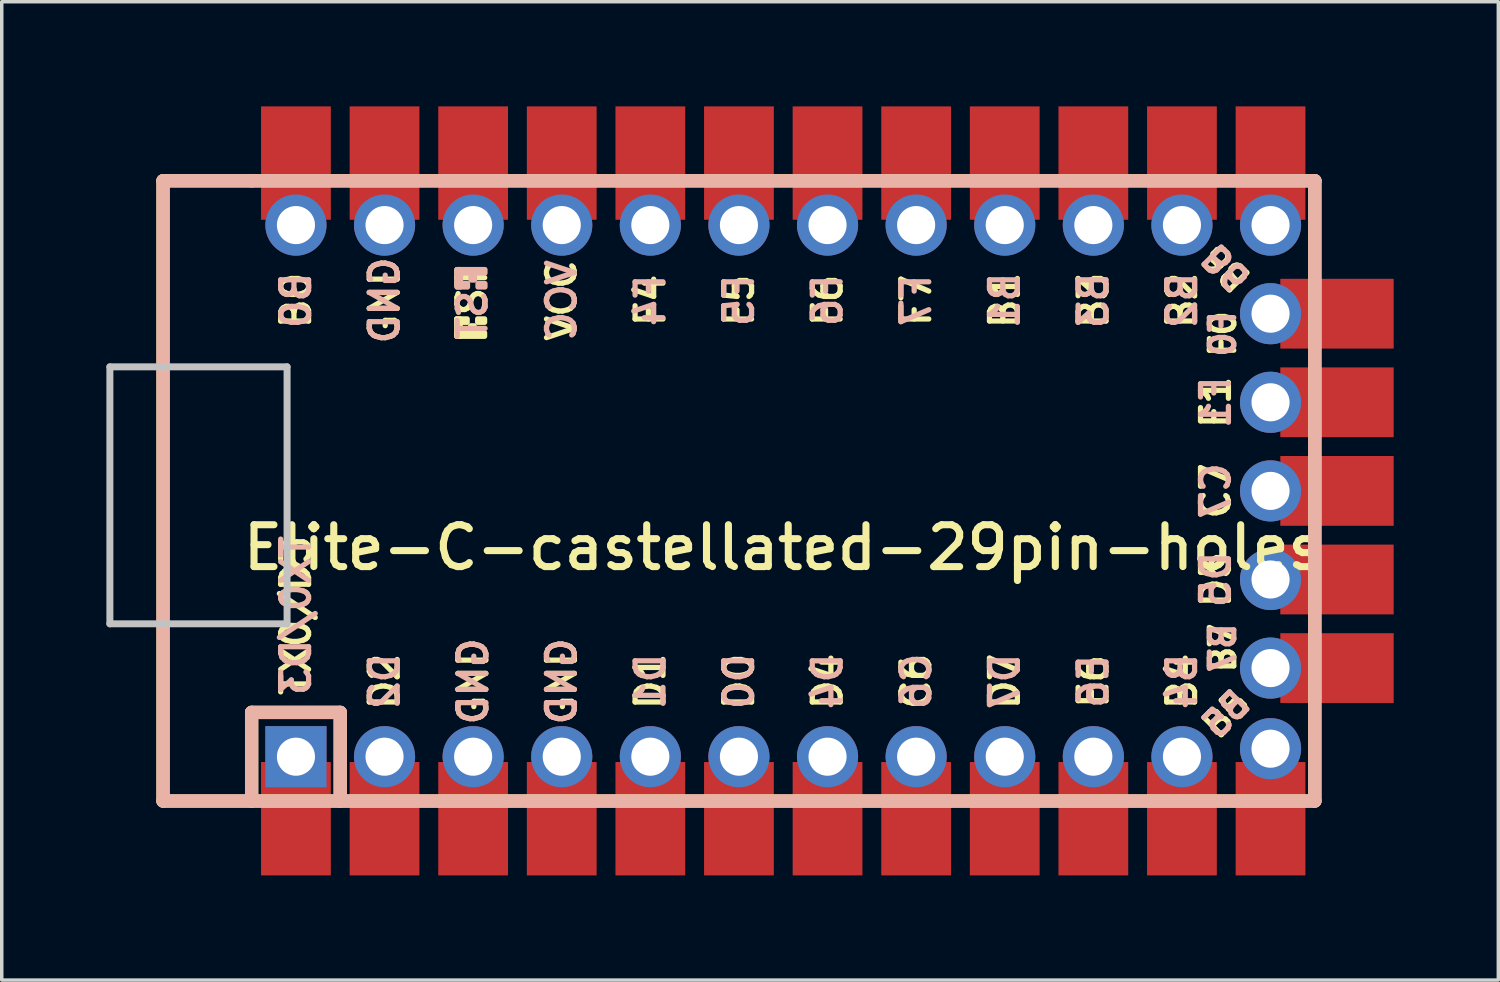
<source format=kicad_pcb>
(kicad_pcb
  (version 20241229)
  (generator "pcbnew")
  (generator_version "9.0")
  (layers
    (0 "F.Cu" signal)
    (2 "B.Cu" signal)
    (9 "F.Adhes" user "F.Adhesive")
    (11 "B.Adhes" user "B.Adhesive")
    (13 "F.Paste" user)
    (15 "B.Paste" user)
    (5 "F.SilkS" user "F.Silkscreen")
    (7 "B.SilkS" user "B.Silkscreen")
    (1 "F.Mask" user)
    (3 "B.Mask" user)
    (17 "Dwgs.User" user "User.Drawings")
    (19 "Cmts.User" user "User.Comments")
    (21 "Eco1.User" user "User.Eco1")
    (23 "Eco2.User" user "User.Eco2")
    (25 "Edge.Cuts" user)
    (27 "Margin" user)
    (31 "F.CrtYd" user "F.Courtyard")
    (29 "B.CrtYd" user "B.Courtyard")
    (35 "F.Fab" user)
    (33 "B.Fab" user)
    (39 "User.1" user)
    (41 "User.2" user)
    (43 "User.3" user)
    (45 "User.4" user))
  (footprint "Elite-C-castellated-29pin-holes"
    (layer "F.Cu")
    (at 19.404 11.023)
    (property "Reference" "Elite-C-castellated-29pin-holes" (at 0 1.625 0) (layer "F.SilkS") (effects (font (size 1.2 1.2) (thickness 0.203))))
    (attr through_hole)
    (fp_line (start -17.78 -8.89) (end -17.78 8.89) (stroke (width 0.381) (type solid)) (layer "F.SilkS"))
    (fp_line (start -17.78 8.89) (end -15.24 8.89) (stroke (width 0.381) (type solid)) (layer "F.SilkS"))
    (fp_line (start -15.24 -8.89) (end -17.78 -8.89) (stroke (width 0.381) (type solid)) (layer "F.SilkS"))
    (fp_line (start -15.24 6.35) (end -15.24 8.89) (stroke (width 0.381) (type solid)) (layer "F.SilkS"))
    (fp_line (start -15.24 6.35) (end -12.7 6.35) (stroke (width 0.381) (type solid)) (layer "F.SilkS"))
    (fp_line (start -15.24 8.89) (end 15.24 8.89) (stroke (width 0.381) (type solid)) (layer "F.SilkS"))
    (fp_line (start -12.7 6.35) (end -12.7 8.89) (stroke (width 0.381) (type solid)) (layer "F.SilkS"))
    (fp_line (start 15.24 -8.89) (end -15.24 -8.89) (stroke (width 0.381) (type solid)) (layer "F.SilkS"))
    (fp_line (start 15.24 8.89) (end 15.24 -8.89) (stroke (width 0.381) (type solid)) (layer "F.SilkS"))
    (fp_poly (pts (xy -9.361 -4.932) (xy -9.261 -4.932) (xy -9.261 -4.432) (xy -9.361 -4.432)) (stroke (width 0.15) (type solid)) (fill yes) (layer "F.SilkS"))
    (fp_poly (pts (xy -9.361 -4.932) (xy -9.061 -4.932) (xy -9.061 -4.832) (xy -9.361 -4.832)) (stroke (width 0.15) (type solid)) (fill yes) (layer "F.SilkS"))
    (fp_poly (pts (xy -9.361 -4.532) (xy -8.561 -4.532) (xy -8.561 -4.432) (xy -9.361 -4.432)) (stroke (width 0.15) (type solid)) (fill yes) (layer "F.SilkS"))
    (fp_poly (pts (xy -8.961 -4.732) (xy -8.861 -4.732) (xy -8.861 -4.632) (xy -8.961 -4.632)) (stroke (width 0.15) (type solid)) (fill yes) (layer "F.SilkS"))
    (fp_poly (pts (xy -8.761 -4.932) (xy -8.561 -4.932) (xy -8.561 -4.832) (xy -8.761 -4.832)) (stroke (width 0.15) (type solid)) (fill yes) (layer "F.SilkS"))
    (fp_line (start -17.78 -8.89) (end -17.78 8.89) (stroke (width 0.381) (type solid)) (layer "B.SilkS"))
    (fp_line (start -17.78 8.89) (end 15.24 8.89) (stroke (width 0.381) (type solid)) (layer "B.SilkS"))
    (fp_line (start -15.24 6.35) (end -15.24 8.89) (stroke (width 0.381) (type solid)) (layer "B.SilkS"))
    (fp_line (start -15.24 6.35) (end -12.7 6.35) (stroke (width 0.381) (type solid)) (layer "B.SilkS"))
    (fp_line (start -12.7 6.35) (end -12.7 8.89) (stroke (width 0.381) (type solid)) (layer "B.SilkS"))
    (fp_line (start 15.24 -8.89) (end -17.78 -8.89) (stroke (width 0.381) (type solid)) (layer "B.SilkS"))
    (fp_line (start 15.24 8.89) (end 15.24 -8.89) (stroke (width 0.381) (type solid)) (layer "B.SilkS"))
    (fp_poly (pts (xy -9.351 -6.245) (xy -8.551 -6.245) (xy -8.551 -6.345) (xy -9.351 -6.345)) (stroke (width 0.15) (type solid)) (fill yes) (layer "B.SilkS"))
    (fp_poly (pts (xy -9.351 -5.845) (xy -9.251 -5.845) (xy -9.251 -6.345) (xy -9.351 -6.345)) (stroke (width 0.15) (type solid)) (fill yes) (layer "B.SilkS"))
    (fp_poly (pts (xy -9.351 -5.845) (xy -9.051 -5.845) (xy -9.051 -5.945) (xy -9.351 -5.945)) (stroke (width 0.15) (type solid)) (fill yes) (layer "B.SilkS"))
    (fp_poly (pts (xy -8.951 -6.045) (xy -8.851 -6.045) (xy -8.851 -6.145) (xy -8.951 -6.145)) (stroke (width 0.15) (type solid)) (fill yes) (layer "B.SilkS"))
    (fp_poly (pts (xy -8.751 -5.845) (xy -8.551 -5.845) (xy -8.551 -5.945) (xy -8.751 -5.945)) (stroke (width 0.15) (type solid)) (fill yes) (layer "B.SilkS"))
    (fp_line (start -19.304 -3.556) (end -14.224 -3.556) (stroke (width 0.2) (type solid)) (layer "Dwgs.User"))
    (fp_line (start -19.304 3.81) (end -19.304 -3.556) (stroke (width 0.2) (type solid)) (layer "Dwgs.User"))
    (fp_line (start -14.224 -3.556) (end -14.224 3.81) (stroke (width 0.2) (type solid)) (layer "Dwgs.User"))
    (fp_line (start -14.224 3.81) (end -19.304 3.81) (stroke (width 0.2) (type solid)) (layer "Dwgs.User"))
    (fp_text user "C6" (at 3.81 5.461 90) (layer "F.SilkS") (effects (font (size 0.8 0.8) (thickness 0.15))))
    (fp_text user "B3" (at 8.89 -5.461 90) (layer "F.SilkS") (effects (font (size 0.8 0.8) (thickness 0.15))))
    (fp_text user "GND" (at -6.35 5.461 90) (layer "F.SilkS") (effects (font (size 0.8 0.8) (thickness 0.15))))
    (fp_text user "D7" (at 6.35 5.461 90) (layer "F.SilkS") (effects (font (size 0.8 0.8) (thickness 0.15))))
    (fp_text user "F6" (at 1.27 -5.461 90) (layer "F.SilkS") (effects (font (size 0.8 0.8) (thickness 0.15))))
    (fp_text user "ST" (at -8.92 -5.733 90) (layer "F.SilkS") (effects (font (size 0.8 0.8) (thickness 0.15))))
    (fp_text user "C7" (at 12.4 0 90) (layer "F.SilkS") (effects (font (size 0.8 0.8) (thickness 0.15))))
    (fp_text user "VCC" (at -6.35 -5.461 90) (layer "F.SilkS") (effects (font (size 0.8 0.8) (thickness 0.15))))
    (fp_text user "E6" (at 8.89 5.461 90) (layer "F.SilkS") (effects (font (size 0.8 0.8) (thickness 0.15))))
    (fp_text user "B4" (at 11.43 5.461 90) (layer "F.SilkS") (effects (font (size 0.8 0.8) (thickness 0.15))))
    (fp_text user "GND" (at -8.89 5.461 90) (layer "F.SilkS") (effects (font (size 0.8 0.8) (thickness 0.15))))
    (fp_text user "D5" (at 12.4 2.54 90) (layer "F.SilkS") (effects (font (size 0.8 0.8) (thickness 0.15))))
    (fp_text user "D0" (at -1.27 5.461 90) (layer "F.SilkS") (effects (font (size 0.8 0.8) (thickness 0.15))))
    (fp_text user "F7" (at 3.81 -5.461 90) (layer "F.SilkS") (effects (font (size 0.8 0.8) (thickness 0.15))))
    (fp_text user "B0" (at -13.97 -5.461 90) (layer "F.SilkS") (effects (font (size 0.8 0.8) (thickness 0.15))))
    (fp_text user "B1" (at 6.35 -5.461 90) (layer "F.SilkS") (effects (font (size 0.8 0.8) (thickness 0.15))))
    (fp_text user "B2" (at 11.43 -5.461 90) (layer "F.SilkS") (effects (font (size 0.8 0.8) (thickness 0.15))))
    (fp_text user "F1" (at 12.4 -2.54 90) (layer "F.SilkS") (effects (font (size 0.8 0.8) (thickness 0.15))))
    (fp_text user "B5" (at 12.7 6.4 45) (layer "F.SilkS") (effects (font (size 0.7 0.7) (thickness 0.15))))
    (fp_text user "D2" (at -11.43 5.461 90) (layer "F.SilkS") (effects (font (size 0.8 0.8) (thickness 0.15))))
    (fp_text user "F0" (at 12.6 -4.5 90) (layer "F.SilkS") (effects (font (size 0.7 0.7) (thickness 0.15))))
    (fp_text user "D4" (at 1.27 5.461 90) (layer "F.SilkS") (effects (font (size 0.8 0.8) (thickness 0.15))))
    (fp_text user "F5" (at -1.27 -5.461 90) (layer "F.SilkS") (effects (font (size 0.8 0.8) (thickness 0.15))))
    (fp_text user "F4" (at -3.81 -5.461 90) (layer "F.SilkS") (effects (font (size 0.8 0.8) (thickness 0.15))))
    (fp_text user "TX0/D3" (at -13.97 3.572 90) (layer "F.SilkS") (effects (font (size 0.8 0.8) (thickness 0.15))))
    (fp_text user "GND" (at -11.43 -5.461 90) (layer "F.SilkS") (effects (font (size 0.8 0.8) (thickness 0.15))))
    (fp_text user "B7" (at 12.6 4.5 90) (layer "F.SilkS") (effects (font (size 0.7 0.7) (thickness 0.15))))
    (fp_text user "D1" (at -3.81 5.461 90) (layer "F.SilkS") (effects (font (size 0.8 0.8) (thickness 0.15))))
    (fp_text user "B6" (at 12.7 -6.4 135) (unlocked yes) (layer "F.SilkS") (effects (font (size 0.7 0.7) (thickness 0.15))))
    (fp_text user "B7" (at 12.6 4.5 90) (layer "B.SilkS") (effects (font (size 0.7 0.7) (thickness 0.15)) (justify mirror)))
    (fp_text user "B0" (at -13.97 -5.461 90) (layer "B.SilkS") (effects (font (size 0.8 0.8) (thickness 0.15)) (justify mirror)))
    (fp_text user "GND" (at -6.35 5.461 90) (layer "B.SilkS") (effects (font (size 0.8 0.8) (thickness 0.15)) (justify mirror)))
    (fp_text user "F1" (at 12.4 -2.54 90) (layer "B.SilkS") (effects (font (size 0.8 0.8) (thickness 0.15)) (justify mirror)))
    (fp_text user "D2" (at -11.43 5.461 90) (layer "B.SilkS") (effects (font (size 0.8 0.8) (thickness 0.15)) (justify mirror)))
    (fp_text user "C6" (at 3.81 5.461 90) (layer "B.SilkS") (effects (font (size 0.8 0.8) (thickness 0.15)) (justify mirror)))
    (fp_text user "B4" (at 11.43 5.461 90) (layer "B.SilkS") (effects (font (size 0.8 0.8) (thickness 0.15)) (justify mirror)))
    (fp_text user "B2" (at 11.43 -5.461 90) (layer "B.SilkS") (effects (font (size 0.8 0.8) (thickness 0.15)) (justify mirror)))
    (fp_text user "D0" (at -1.27 5.461 90) (layer "B.SilkS") (effects (font (size 0.8 0.8) (thickness 0.15)) (justify mirror)))
    (fp_text user "D4" (at 1.27 5.461 90) (layer "B.SilkS") (effects (font (size 0.8 0.8) (thickness 0.15)) (justify mirror)))
    (fp_text user "B6" (at 12.7 -6.4 135) (unlocked yes) (layer "B.SilkS") (effects (font (size 0.7 0.7) (thickness 0.15)) (justify mirror)))
    (fp_text user "ST" (at -8.91 -5.04 90) (layer "B.SilkS") (effects (font (size 0.8 0.8) (thickness 0.15)) (justify mirror)))
    (fp_text user "D7" (at 6.35 5.461 90) (layer "B.SilkS") (effects (font (size 0.8 0.8) (thickness 0.15)) (justify mirror)))
    (fp_text user "B5" (at 12.7 6.4 45) (layer "B.SilkS") (effects (font (size 0.7 0.7) (thickness 0.15)) (justify mirror)))
    (fp_text user "F5" (at -1.27 -5.461 90) (layer "B.SilkS") (effects (font (size 0.8 0.8) (thickness 0.15)) (justify mirror)))
    (fp_text user "VCC" (at -6.35 -5.461 90) (layer "B.SilkS") (effects (font (size 0.8 0.8) (thickness 0.15)) (justify mirror)))
    (fp_text user "E6" (at 8.89 5.461 90) (layer "B.SilkS") (effects (font (size 0.8 0.8) (thickness 0.15)) (justify mirror)))
    (fp_text user "B1" (at 6.35 -5.461 90) (layer "B.SilkS") (effects (font (size 0.8 0.8) (thickness 0.15)) (justify mirror)))
    (fp_text user "C7" (at 12.4 0 90) (layer "B.SilkS") (effects (font (size 0.8 0.8) (thickness 0.15)) (justify mirror)))
    (fp_text user "D5" (at 12.4 2.54 90) (layer "B.SilkS") (effects (font (size 0.8 0.8) (thickness 0.15)) (justify mirror)))
    (fp_text user "F4" (at -3.81 -5.461 90) (layer "B.SilkS") (effects (font (size 0.8 0.8) (thickness 0.15)) (justify mirror)))
    (fp_text user "F6" (at 1.27 -5.461 90) (layer "B.SilkS") (effects (font (size 0.8 0.8) (thickness 0.15)) (justify mirror)))
    (fp_text user "GND" (at -8.89 5.461 90) (layer "B.SilkS") (effects (font (size 0.8 0.8) (thickness 0.15)) (justify mirror)))
    (fp_text user "F0" (at 12.6 -4.5 90) (layer "B.SilkS") (effects (font (size 0.7 0.7) (thickness 0.15)) (justify mirror)))
    (fp_text user "D1" (at -3.81 5.461 90) (layer "B.SilkS") (effects (font (size 0.8 0.8) (thickness 0.15)) (justify mirror)))
    (fp_text user "B3" (at 8.89 -5.461 90) (layer "B.SilkS") (effects (font (size 0.8 0.8) (thickness 0.15)) (justify mirror)))
    (fp_text user "F7" (at 3.81 -5.461 90) (layer "B.SilkS") (effects (font (size 0.8 0.8) (thickness 0.15)) (justify mirror)))
    (fp_text user "TX0/D3" (at -13.97 3.572 90) (layer "B.SilkS") (effects (font (size 0.8 0.8) (thickness 0.15)) (justify mirror)))
    (fp_text user "GND" (at -11.43 -5.461 90) (layer "B.SilkS") (effects (font (size 0.8 0.8) (thickness 0.15)) (justify mirror)))
    (pad "1" thru_hole rect (at -13.97 7.62) (size 1.753 1.753) (drill 1.092) (layers "*.Cu" "*.Mask"))
    (pad "1" smd rect (at -13.97 9.398) (size 2 3.25) (layers "F.Cu" "F.Mask" "F.Paste"))
    (pad "2" thru_hole circle (at -11.43 7.62) (size 1.753 1.753) (drill 1.092) (layers "*.Cu" "*.Mask"))
    (pad "2" smd rect (at -11.43 9.398) (size 2 3.25) (layers "F.Cu" "F.Mask" "F.Paste"))
    (pad "3" thru_hole circle (at -8.89 7.62) (size 1.753 1.753) (drill 1.092) (layers "*.Cu" "*.Mask"))
    (pad "3" smd rect (at -8.89 9.398) (size 2 3.25) (layers "F.Cu" "F.Mask" "F.Paste"))
    (pad "4" thru_hole circle (at -6.35 7.62) (size 1.753 1.753) (drill 1.092) (layers "*.Cu" "*.Mask"))
    (pad "4" smd rect (at -6.35 9.398) (size 2 3.25) (layers "F.Cu" "F.Mask" "F.Paste"))
    (pad "5" thru_hole circle (at -3.81 7.62) (size 1.753 1.753) (drill 1.092) (layers "*.Cu" "*.Mask"))
    (pad "5" smd rect (at -3.81 9.398) (size 2 3.25) (layers "F.Cu" "F.Mask" "F.Paste"))
    (pad "6" thru_hole circle (at -1.27 7.62) (size 1.753 1.753) (drill 1.092) (layers "*.Cu" "*.Mask"))
    (pad "6" smd rect (at -1.27 9.398) (size 2 3.25) (layers "F.Cu" "F.Mask" "F.Paste"))
    (pad "7" thru_hole circle (at 1.27 7.62) (size 1.753 1.753) (drill 1.092) (layers "*.Cu" "*.Mask"))
    (pad "7" smd rect (at 1.27 9.398) (size 2 3.25) (layers "F.Cu" "F.Mask" "F.Paste"))
    (pad "8" thru_hole circle (at 3.81 7.62) (size 1.753 1.753) (drill 1.092) (layers "*.Cu" "*.Mask"))
    (pad "8" smd rect (at 3.81 9.398) (size 2 3.25) (layers "F.Cu" "F.Mask" "F.Paste"))
    (pad "9" thru_hole circle (at 6.35 7.62) (size 1.753 1.753) (drill 1.092) (layers "*.Cu" "*.Mask"))
    (pad "9" smd rect (at 6.35 9.398) (size 2 3.25) (layers "F.Cu" "F.Mask" "F.Paste"))
    (pad "10" thru_hole circle (at 8.89 7.62) (size 1.753 1.753) (drill 1.092) (layers "*.Cu" "*.Mask"))
    (pad "10" smd rect (at 8.89 9.398) (size 2 3.25) (layers "F.Cu" "F.Mask" "F.Paste"))
    (pad "11" thru_hole circle (at 11.43 7.62) (size 1.753 1.753) (drill 1.092) (layers "*.Cu" "*.Mask"))
    (pad "11" smd rect (at 11.43 9.398) (size 2 3.25) (layers "F.Cu" "F.Mask" "F.Paste"))
    (pad "12" thru_hole circle (at 13.97 7.391) (size 1.753 1.753) (drill 1.092) (layers "*.Cu" "*.Mask"))
    (pad "12" smd rect (at 13.97 9.398) (size 2 3.25) (layers "F.Cu" "F.Mask" "F.Paste"))
    (pad "13" smd rect (at 13.97 -9.398) (size 2 3.25) (layers "F.Cu" "F.Mask" "F.Paste"))
    (pad "13" thru_hole circle (at 13.97 -7.62) (size 1.753 1.753) (drill 1.092) (layers "*.Cu" "*.Mask"))
    (pad "14" smd rect (at 11.43 -9.398) (size 2 3.25) (layers "F.Cu" "F.Mask" "F.Paste"))
    (pad "14" thru_hole circle (at 11.43 -7.62) (size 1.753 1.753) (drill 1.092) (layers "*.Cu" "*.Mask"))
    (pad "15" smd rect (at 8.89 -9.398) (size 2 3.25) (layers "F.Cu" "F.Mask" "F.Paste"))
    (pad "15" thru_hole circle (at 8.89 -7.62) (size 1.753 1.753) (drill 1.092) (layers "*.Cu" "*.Mask"))
    (pad "16" smd rect (at 6.35 -9.398) (size 2 3.25) (layers "F.Cu" "F.Mask" "F.Paste"))
    (pad "16" thru_hole circle (at 6.35 -7.62) (size 1.753 1.753) (drill 1.092) (layers "*.Cu" "*.Mask"))
    (pad "17" smd rect (at 3.81 -9.398) (size 2 3.25) (layers "F.Cu" "F.Mask" "F.Paste"))
    (pad "17" thru_hole circle (at 3.81 -7.62) (size 1.753 1.753) (drill 1.092) (layers "*.Cu" "*.Mask"))
    (pad "18" smd rect (at 1.27 -9.398) (size 2 3.25) (layers "F.Cu" "F.Mask" "F.Paste"))
    (pad "18" thru_hole circle (at 1.27 -7.62) (size 1.753 1.753) (drill 1.092) (layers "*.Cu" "*.Mask"))
    (pad "19" smd rect (at -1.27 -9.398) (size 2 3.25) (layers "F.Cu" "F.Mask" "F.Paste"))
    (pad "19" thru_hole circle (at -1.27 -7.62) (size 1.753 1.753) (drill 1.092) (layers "*.Cu" "*.Mask"))
    (pad "20" smd rect (at -3.81 -9.398) (size 2 3.25) (layers "F.Cu" "F.Mask" "F.Paste"))
    (pad "20" thru_hole circle (at -3.81 -7.62) (size 1.753 1.753) (drill 1.092) (layers "*.Cu" "*.Mask"))
    (pad "21" smd rect (at -6.35 -9.398) (size 2 3.25) (layers "F.Cu" "F.Mask" "F.Paste"))
    (pad "21" thru_hole circle (at -6.35 -7.62) (size 1.753 1.753) (drill 1.092) (layers "*.Cu" "*.Mask"))
    (pad "22" smd rect (at -8.89 -9.398) (size 2 3.25) (layers "F.Cu" "F.Mask" "F.Paste"))
    (pad "22" thru_hole circle (at -8.89 -7.62) (size 1.753 1.753) (drill 1.092) (layers "*.Cu" "*.Mask"))
    (pad "23" smd rect (at -11.43 -9.398) (size 2 3.25) (layers "F.Cu" "F.Mask" "F.Paste"))
    (pad "23" thru_hole circle (at -11.43 -7.62) (size 1.753 1.753) (drill 1.092) (layers "*.Cu" "*.Mask"))
    (pad "24" smd rect (at -13.97 -9.398) (size 2 3.25) (layers "F.Cu" "F.Mask" "F.Paste"))
    (pad "24" thru_hole circle (at -13.97 -7.62) (size 1.753 1.753) (drill 1.092) (layers "*.Cu" "*.Mask"))
    (pad "25" thru_hole circle (at 13.97 5.08) (size 1.753 1.753) (drill 1.092) (layers "*.Cu" "*.Mask"))
    (pad "25" smd rect (at 15.875 5.08 90) (size 2 3.25) (layers "F.Cu" "F.Mask" "F.Paste"))
    (pad "26" thru_hole circle (at 13.97 2.54) (size 1.753 1.753) (drill 1.092) (layers "*.Cu" "*.Mask"))
    (pad "26" smd rect (at 15.875 2.54 90) (size 2 3.25) (layers "F.Cu" "F.Mask" "F.Paste"))
    (pad "27" thru_hole circle (at 13.97 0) (size 1.753 1.753) (drill 1.092) (layers "*.Cu" "*.Mask"))
    (pad "27" smd rect (at 15.875 0 90) (size 2 3.25) (layers "F.Cu" "F.Mask" "F.Paste"))
    (pad "28" thru_hole circle (at 13.97 -2.54) (size 1.753 1.753) (drill 1.092) (layers "*.Cu" "*.Mask"))
    (pad "28" smd rect (at 15.875 -2.54 90) (size 2 3.25) (layers "F.Cu" "F.Mask" "F.Paste"))
    (pad "29" thru_hole circle (at 13.97 -5.08) (size 1.753 1.753) (drill 1.092) (layers "*.Cu" "*.Mask"))
    (pad "29" smd rect (at 15.875 -5.08 90) (size 2 3.25) (layers "F.Cu" "F.Mask" "F.Paste")))
  (gr_rect
    (start -3 -3)
    (end 39.904 25.046)
    (stroke (width 0.1) (type default))
    (fill no)
    (layer "Edge.Cuts")))
</source>
